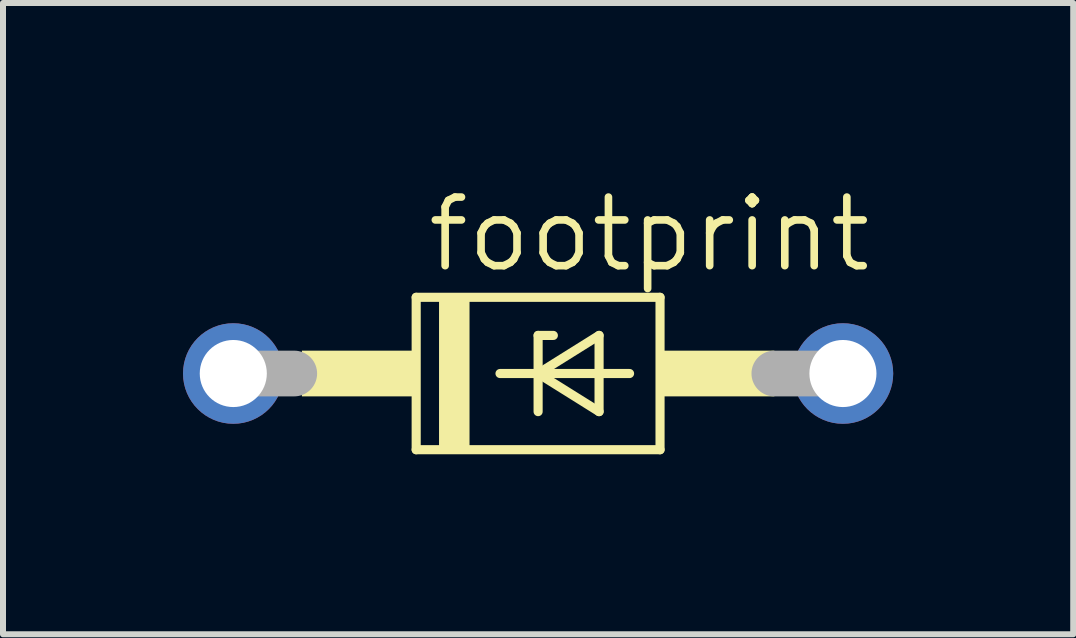
<source format=kicad_pcb>
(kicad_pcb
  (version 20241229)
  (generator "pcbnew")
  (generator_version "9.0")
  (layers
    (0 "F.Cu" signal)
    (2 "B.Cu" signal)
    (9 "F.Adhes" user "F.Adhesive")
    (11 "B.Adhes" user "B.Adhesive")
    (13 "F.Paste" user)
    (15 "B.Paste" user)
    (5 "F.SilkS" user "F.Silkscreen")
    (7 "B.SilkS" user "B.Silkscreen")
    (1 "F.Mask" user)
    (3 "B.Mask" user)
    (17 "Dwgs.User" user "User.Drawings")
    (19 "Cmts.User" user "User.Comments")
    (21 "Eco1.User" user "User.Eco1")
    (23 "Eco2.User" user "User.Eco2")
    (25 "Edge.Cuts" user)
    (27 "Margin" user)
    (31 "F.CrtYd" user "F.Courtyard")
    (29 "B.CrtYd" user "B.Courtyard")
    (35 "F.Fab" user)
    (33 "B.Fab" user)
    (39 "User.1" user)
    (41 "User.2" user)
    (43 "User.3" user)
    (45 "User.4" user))
  (footprint "footprint"
    (layer "F.Cu")
    (at 5.918 3.175)
    (property "Reference" "footprint" (at -1.905 -1.651 0) (layer "F.SilkS") (effects (font (size 1.143 1.143) (thickness 0.127)) (justify left bottom)))
    (fp_line (start -2.032 -1.27) (end -2.032 1.27) (stroke (width 0.152) (type solid)) (layer "F.SilkS"))
    (fp_line (start -2.032 -1.27) (end 2.032 -1.27) (stroke (width 0.152) (type solid)) (layer "F.SilkS"))
    (fp_line (start -0.635 0) (end 0 0) (stroke (width 0.152) (type solid)) (layer "F.SilkS"))
    (fp_line (start 0 -0.635) (end 0 0) (stroke (width 0.152) (type solid)) (layer "F.SilkS"))
    (fp_line (start 0 0) (end 0 0.635) (stroke (width 0.152) (type solid)) (layer "F.SilkS"))
    (fp_line (start 0 0) (end 1.016 -0.635) (stroke (width 0.152) (type solid)) (layer "F.SilkS"))
    (fp_line (start 0 0) (end 1.524 0) (stroke (width 0.152) (type solid)) (layer "F.SilkS"))
    (fp_line (start 0.254 -0.635) (end 0 -0.635) (stroke (width 0.152) (type solid)) (layer "F.SilkS"))
    (fp_line (start 1.016 -0.635) (end 1.016 0.635) (stroke (width 0.152) (type solid)) (layer "F.SilkS"))
    (fp_line (start 1.016 0.635) (end 0 0) (stroke (width 0.152) (type solid)) (layer "F.SilkS"))
    (fp_line (start 2.032 1.27) (end -2.032 1.27) (stroke (width 0.152) (type solid)) (layer "F.SilkS"))
    (fp_line (start 2.032 1.27) (end 2.032 -1.27) (stroke (width 0.152) (type solid)) (layer "F.SilkS"))
    (fp_poly (pts (xy -3.937 0.381) (xy -2.032 0.381) (xy -2.032 -0.381) (xy -3.937 -0.381)) (stroke (width 0) (type solid)) (fill yes) (layer "F.SilkS"))
    (fp_poly (pts (xy -1.651 1.27) (xy -1.143 1.27) (xy -1.143 -1.27) (xy -1.651 -1.27)) (stroke (width 0) (type solid)) (fill yes) (layer "F.SilkS"))
    (fp_poly (pts (xy 2.032 0.381) (xy 3.937 0.381) (xy 3.937 -0.381) (xy 2.032 -0.381)) (stroke (width 0) (type solid)) (fill yes) (layer "F.SilkS"))
    (fp_line (start -5.08 0) (end -4.064 0) (stroke (width 0.762) (type solid)) (layer "F.Fab"))
    (fp_line (start 5.08 0) (end 3.937 0) (stroke (width 0.762) (type solid)) (layer "F.Fab"))
    (pad "A" thru_hole circle (at 5.08 0) (size 1.676 1.676) (drill 1.118) (layers "*.Cu" "*.Mask"))
    (pad "C" thru_hole circle (at -5.08 0) (size 1.676 1.676) (drill 1.118) (layers "*.Cu" "*.Mask")))
  (gr_rect
    (start -3 -3)
    (end 14.836 7.521)
    (stroke (width 0.1) (type default))
    (fill no)
    (layer "Edge.Cuts")))
</source>
